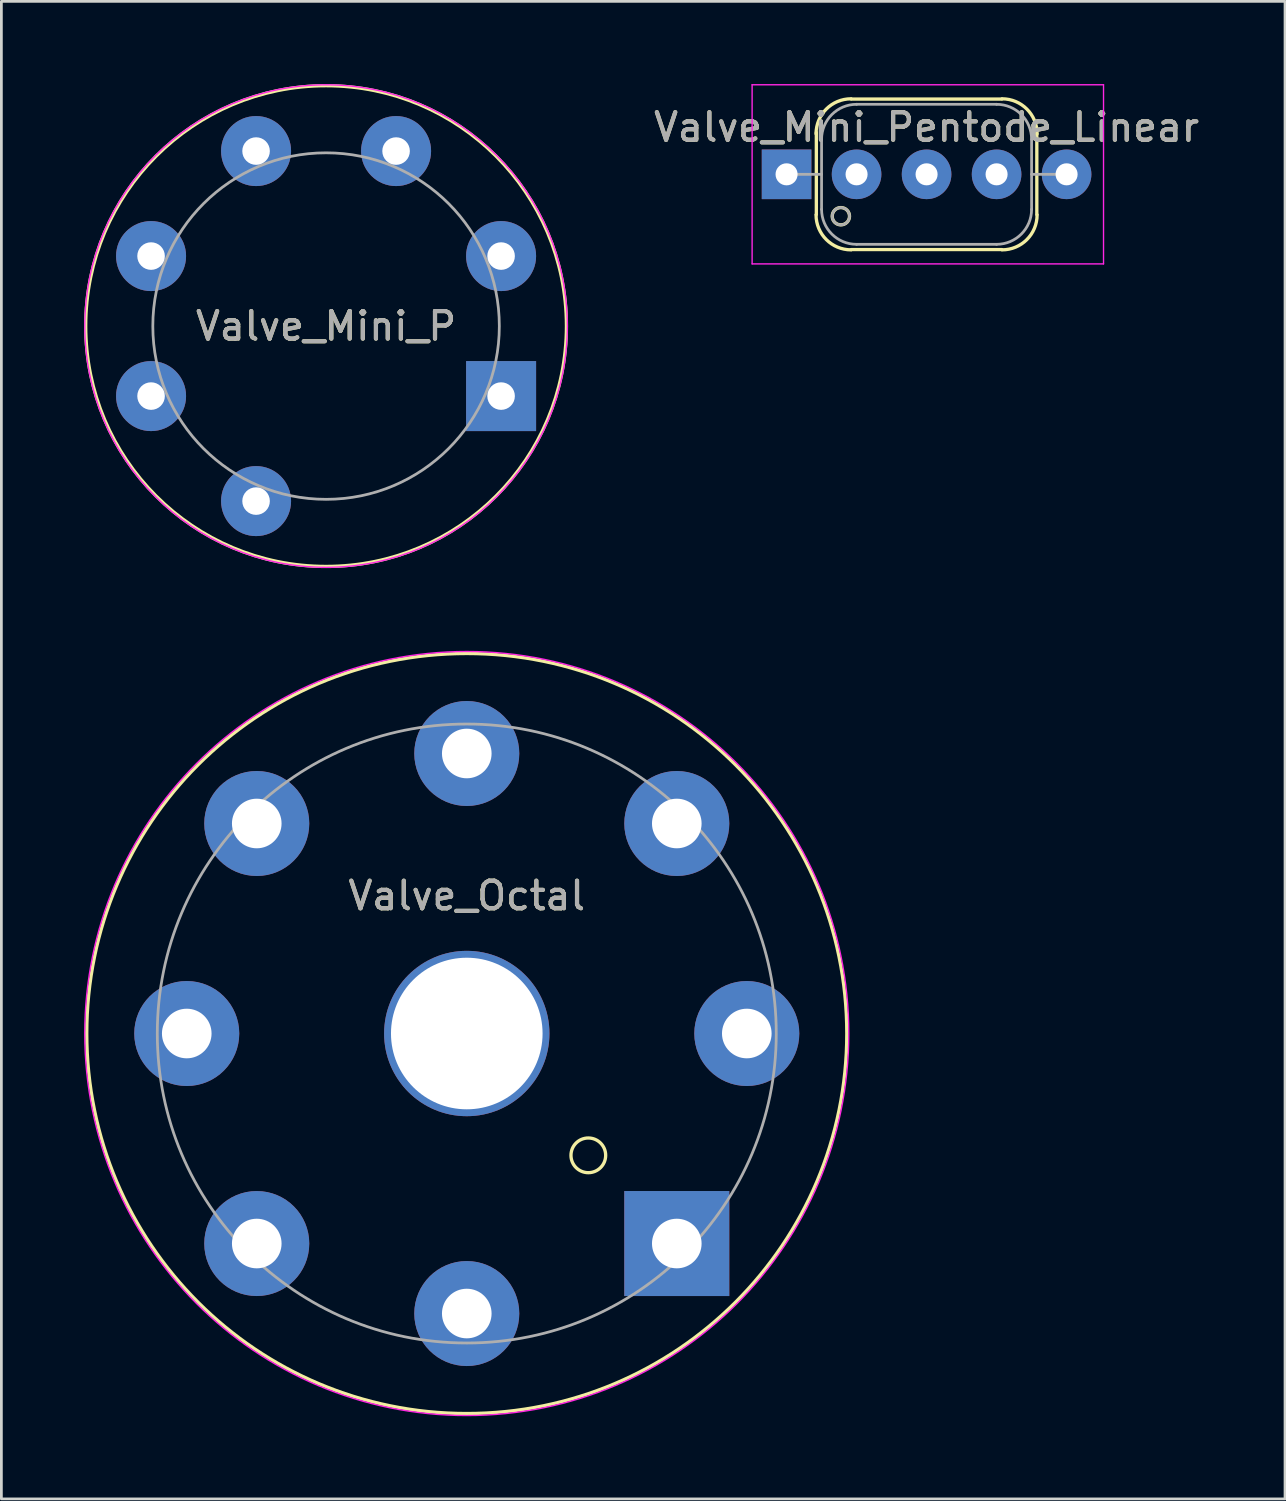
<source format=kicad_pcb>
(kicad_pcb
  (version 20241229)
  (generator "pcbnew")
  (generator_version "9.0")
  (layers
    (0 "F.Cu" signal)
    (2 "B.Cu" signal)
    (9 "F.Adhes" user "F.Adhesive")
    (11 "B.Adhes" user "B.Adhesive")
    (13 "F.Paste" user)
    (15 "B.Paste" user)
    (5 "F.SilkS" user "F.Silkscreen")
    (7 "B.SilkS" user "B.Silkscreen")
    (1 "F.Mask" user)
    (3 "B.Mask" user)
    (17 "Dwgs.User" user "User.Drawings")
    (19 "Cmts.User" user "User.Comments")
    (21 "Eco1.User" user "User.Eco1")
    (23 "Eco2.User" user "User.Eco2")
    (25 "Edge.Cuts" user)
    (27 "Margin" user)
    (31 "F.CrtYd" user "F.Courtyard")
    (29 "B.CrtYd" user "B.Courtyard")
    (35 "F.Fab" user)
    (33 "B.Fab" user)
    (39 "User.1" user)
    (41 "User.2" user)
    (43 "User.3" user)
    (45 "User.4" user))
  (footprint "Valve_Mini_Pentode_Linear"
    (layer "F.Cu")
    (at 25.489 3.275)
    (property "Reference" "Valve_Mini_Pentode_Linear" (at 5.08 -1.71 0) (layer "F.SilkS") (effects (font (size 1 1) (thickness 0.15))))
    (attr through_hole)
    (fp_line (start 1.08 1.46) (end 1.08 -1.52) (stroke (width 0.12) (type solid)) (layer "F.SilkS"))
    (fp_line (start 2.35 -2.73) (end 7.81 -2.73) (stroke (width 0.12) (type solid)) (layer "F.SilkS"))
    (fp_line (start 7.81 2.73) (end 2.35 2.73) (stroke (width 0.12) (type solid)) (layer "F.SilkS"))
    (fp_line (start 9.08 -1.46) (end 9.08 1.46) (stroke (width 0.12) (type solid)) (layer "F.SilkS"))
    (fp_arc (start 1.07 -1.47) (mid 1.441974 -2.368026) (end 2.34 -2.74) (stroke (width 0.12) (type solid)) (layer "F.SilkS"))
    (fp_arc (start 2.34 2.74) (mid 1.441974 2.368026) (end 1.07 1.47) (stroke (width 0.12) (type solid)) (layer "F.SilkS"))
    (fp_arc (start 7.82 -2.74) (mid 8.718026 -2.368026) (end 9.09 -1.47) (stroke (width 0.12) (type solid)) (layer "F.SilkS"))
    (fp_arc (start 9.09 1.47) (mid 8.718026 2.368026) (end 7.82 2.74) (stroke (width 0.12) (type solid)) (layer "F.SilkS"))
    (fp_circle (center 1.97 1.52) (end 2.22 1.71) (stroke (width 0.12) (type solid)) (fill no) (layer "F.SilkS"))
    (fp_line (start -1.25 -3.25) (end 11.5 -3.25) (stroke (width 0.05) (type solid)) (layer "F.CrtYd"))
    (fp_line (start -1.25 3.25) (end -1.25 -3.25) (stroke (width 0.05) (type solid)) (layer "F.CrtYd"))
    (fp_line (start 11.5 -3.25) (end 11.5 3.25) (stroke (width 0.05) (type solid)) (layer "F.CrtYd"))
    (fp_line (start 11.5 3.25) (end -1.25 3.25) (stroke (width 0.05) (type solid)) (layer "F.CrtYd"))
    (fp_line (start 0 0) (end 1.27 0) (stroke (width 0.1) (type solid)) (layer "F.Fab"))
    (fp_line (start 1.27 -1.27) (end 1.27 1.27) (stroke (width 0.1) (type solid)) (layer "F.Fab"))
    (fp_line (start 2.54 2.54) (end 7.62 2.54) (stroke (width 0.1) (type solid)) (layer "F.Fab"))
    (fp_line (start 7.62 -2.54) (end 2.54 -2.54) (stroke (width 0.1) (type solid)) (layer "F.Fab"))
    (fp_line (start 8.89 0) (end 10.16 0) (stroke (width 0.1) (type solid)) (layer "F.Fab"))
    (fp_line (start 8.89 1.27) (end 8.89 -1.27) (stroke (width 0.1) (type solid)) (layer "F.Fab"))
    (fp_arc (start 1.27 -1.27) (mid 1.641974 -2.168026) (end 2.54 -2.54) (stroke (width 0.1) (type solid)) (layer "F.Fab"))
    (fp_arc (start 2.54 2.54) (mid 1.641974 2.168026) (end 1.27 1.27) (stroke (width 0.1) (type solid)) (layer "F.Fab"))
    (fp_arc (start 7.62 -2.54) (mid 8.518026 -2.168026) (end 8.89 -1.27) (stroke (width 0.1) (type solid)) (layer "F.Fab"))
    (fp_arc (start 8.89 1.27) (mid 8.518026 2.168026) (end 7.62 2.54) (stroke (width 0.1) (type solid)) (layer "F.Fab"))
    (fp_circle (center 1.97 1.52) (end 2.22 1.71) (stroke (width 0.1) (type solid)) (fill no) (layer "F.Fab"))
    (fp_text user "${REFERENCE}" (at 5.08 -1.71 0) (layer "F.Fab") (effects (font (size 1 1) (thickness 0.15))))
    (pad "1" thru_hole rect (at 0 0) (size 1.8 1.8) (drill 0.8) (layers "*.Cu" "*.Mask"))
    (pad "2" thru_hole circle (at 2.54 0) (size 1.8 1.8) (drill 0.8) (layers "*.Cu" "*.Mask"))
    (pad "3" thru_hole circle (at 5.08 0) (size 1.8 1.8) (drill 0.8) (layers "*.Cu" "*.Mask"))
    (pad "4" thru_hole circle (at 7.62 0) (size 1.8 1.8) (drill 0.8) (layers "*.Cu" "*.Mask"))
    (pad "5" thru_hole circle (at 10.16 0) (size 1.8 1.8) (drill 0.8) (layers "*.Cu" "*.Mask")))
  (footprint "Valve_Mini_P"
    (layer "F.Cu")
    (at 15.131 11.321)
    (property "Reference" "Valve_Mini_P" (at -6.35 -2.54 0) (layer "F.SilkS") (effects (font (size 1 1) (thickness 0.15))))
    (attr through_hole)
    (fp_circle (center -6.35 -2.54) (end 1.4 1.46) (stroke (width 0.12) (type solid)) (fill no) (layer "F.SilkS"))
    (fp_circle (center -6.35 -2.54) (end -6.6 6.21) (stroke (width 0.05) (type solid)) (fill no) (layer "F.CrtYd"))
    (fp_circle (center -6.35 -2.54) (end -10.79 1.91) (stroke (width 0.1) (type solid)) (fill no) (layer "F.Fab"))
    (fp_text user "${REFERENCE}" (at -6.35 -2.54 0) (layer "F.Fab") (effects (font (size 1 1) (thickness 0.15))))
    (pad "1" thru_hole rect (at 0 0) (size 2.54 2.54) (drill 1) (layers "*.Cu" "*.Mask"))
    (pad "2" thru_hole circle (at 0 -5.08) (size 2.54 2.54) (drill 1) (layers "*.Cu" "*.Mask"))
    (pad "3" thru_hole circle (at -3.81 -8.89) (size 2.54 2.54) (drill 1) (layers "*.Cu" "*.Mask"))
    (pad "4" thru_hole circle (at -8.89 -8.89) (size 2.54 2.54) (drill 1) (layers "*.Cu" "*.Mask"))
    (pad "5" thru_hole circle (at -12.7 -5.08) (size 2.54 2.54) (drill 1) (layers "*.Cu" "*.Mask"))
    (pad "6" thru_hole circle (at -12.7 0) (size 2.54 2.54) (drill 1) (layers "*.Cu" "*.Mask"))
    (pad "7" thru_hole circle (at -8.89 3.81) (size 2.54 2.54) (drill 1) (layers "*.Cu" "*.Mask")))
  (footprint "Valve_Octal"
    (layer "F.Cu")
    (at 21.506 42.069)
    (property "Reference" "Valve_Octal" (at -7.62 -12.62 0) (layer "F.SilkS") (effects (font (size 1 1) (thickness 0.15))))
    (attr through_hole)
    (fp_circle (center -7.62 -7.62) (end 2.13 2.13) (stroke (width 0.12) (type solid)) (fill no) (layer "F.SilkS"))
    (fp_circle (center -3.21 -3.2) (end -2.77 -2.75) (stroke (width 0.12) (type solid)) (fill no) (layer "F.SilkS"))
    (fp_circle (center -7.62 -7.62) (end 3.13 1.13) (stroke (width 0.05) (type solid)) (fill no) (layer "F.CrtYd"))
    (fp_circle (center -7.62 -7.62) (end -15.56 0.32) (stroke (width 0.1) (type solid)) (fill no) (layer "F.Fab"))
    (fp_text user "${REFERENCE}" (at -7.62 -12.62 0) (layer "F.Fab") (effects (font (size 1 1) (thickness 0.15))))
    (pad "" thru_hole circle (at -7.62 -7.62) (size 6 6) (drill 5.5) (layers "*.Cu" "*.Mask"))
    (pad "1" thru_hole rect (at 0 0) (size 3.81 3.81) (drill 1.8) (layers "*.Cu" "*.Mask"))
    (pad "2" thru_hole circle (at 2.54 -7.62) (size 3.81 3.81) (drill 1.8) (layers "*.Cu" "*.Mask"))
    (pad "3" thru_hole circle (at 0 -15.24) (size 3.81 3.81) (drill 1.8) (layers "*.Cu" "*.Mask"))
    (pad "4" thru_hole circle (at -7.62 -17.78) (size 3.81 3.81) (drill 1.8) (layers "*.Cu" "*.Mask"))
    (pad "5" thru_hole circle (at -15.24 -15.24) (size 3.81 3.81) (drill 1.8) (layers "*.Cu" "*.Mask"))
    (pad "6" thru_hole circle (at -17.78 -7.62) (size 3.81 3.81) (drill 1.8) (layers "*.Cu" "*.Mask"))
    (pad "7" thru_hole circle (at -15.24 0) (size 3.81 3.81) (drill 1.8) (layers "*.Cu" "*.Mask"))
    (pad "8" thru_hole circle (at -7.62 2.54) (size 3.81 3.81) (drill 1.8) (layers "*.Cu" "*.Mask")))
  (gr_rect
    (start -3 -3)
    (end 43.575 51.335)
    (stroke (width 0.1) (type default))
    (fill no)
    (layer "Edge.Cuts")))
</source>
